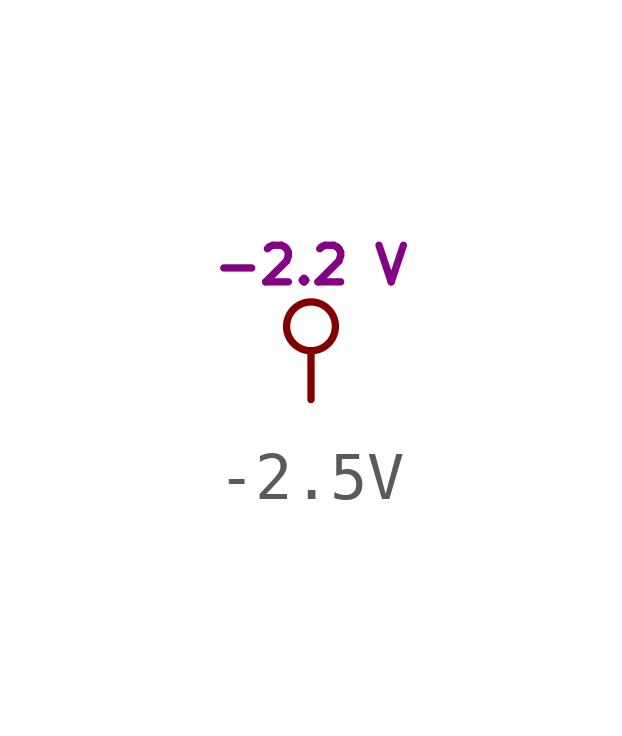
<source format=kicad_sym>
(kicad_symbol_lib
  (version 20211014)
  (generator kicad_symbol_editor)
  (symbol "-2.5V"
    (power)
    (pin_numbers hide)
    (pin_names
      (offset 0))
    (property "Reference" "#PWR"
      (at 0 3.556 0)
      (effects (font (size 0.508 0.508)) hide))
    (property "Footprint" ""
      (at 0 0 0)
      (effects (font (size 1.524 1.524))))
    (property "Datasheet" ""
      (at 0 3.556 0)
      (effects (font (size 1.524 1.524))))
    (property "Unit" "-2.2 V"
      (at 0 2.794 0)
      (effects (font (size 0.762 0.762))))
    (symbol "-2.5V_0_0"
      (polyline (pts (xy 0 0) (xy 0 1.016) (xy 0 1.016)) (stroke (width 0) (type default) (color 0 0 0 0)) (fill (type none)))
      (pin power_in line (at 0 0 90) (length 0) hide (name "-2.5V" (effects (font (size 0.635 0.635)))) (number "1" (effects (font (size 0.635 0.635))))))
    (symbol "-2.5V_0_1"
      (circle (center 0 1.524) (radius 0.508) (stroke (width 0) (type default) (color 0 0 0 0)) (fill (type none))))))
</source>
